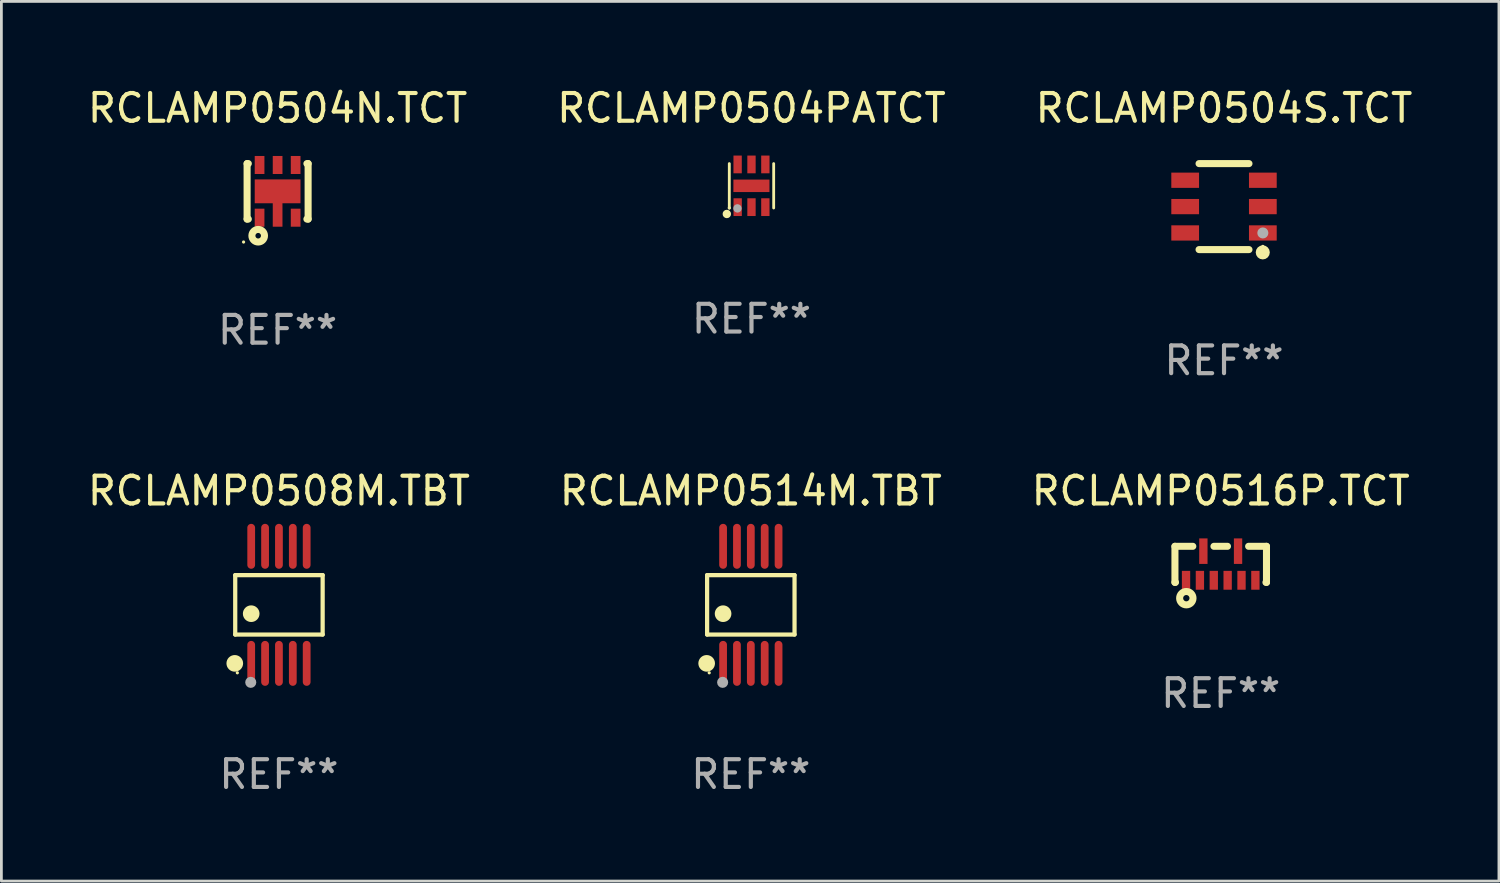
<source format=kicad_pcb>
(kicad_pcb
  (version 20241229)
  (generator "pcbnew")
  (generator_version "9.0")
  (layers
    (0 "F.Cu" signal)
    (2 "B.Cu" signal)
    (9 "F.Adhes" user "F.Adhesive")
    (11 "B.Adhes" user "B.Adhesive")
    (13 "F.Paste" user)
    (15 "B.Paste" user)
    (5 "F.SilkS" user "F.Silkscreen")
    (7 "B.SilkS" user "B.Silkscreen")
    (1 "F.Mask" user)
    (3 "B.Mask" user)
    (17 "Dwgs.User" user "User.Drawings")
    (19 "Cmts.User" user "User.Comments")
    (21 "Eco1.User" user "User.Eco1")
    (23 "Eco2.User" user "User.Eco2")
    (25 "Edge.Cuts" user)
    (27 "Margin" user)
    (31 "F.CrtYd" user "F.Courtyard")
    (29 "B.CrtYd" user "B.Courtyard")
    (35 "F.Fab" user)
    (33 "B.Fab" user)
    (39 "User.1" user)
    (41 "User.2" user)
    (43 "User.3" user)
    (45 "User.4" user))
  (footprint "RCLAMP0504S.TCT"
    (layer "F.Cu")
    (at 41.077 4.398)
    (property "Reference" "RCLAMP0504S.TCT" (at 0 -3.55 0) (layer "F.SilkS") (effects (font (size 1 1) (thickness 0.15))))
    (attr through_hole)
    (fp_line (start -0.9 -1.55) (end 0.9 -1.55) (stroke (width 0.254) (type solid)) (layer "F.SilkS"))
    (fp_line (start -0.9 1.55) (end 0.9 1.55) (stroke (width 0.254) (type solid)) (layer "F.SilkS"))
    (fp_circle (center 1.397 1.651) (end 1.524 1.651) (stroke (width 0.254) (type solid)) (fill no) (layer "F.SilkS"))
    (fp_circle (center 1.4 1.435) (end 1.43 1.435) (stroke (width 0.06) (type solid)) (fill no) (layer "F.SilkS"))
    (fp_circle (center 1.4 0.95) (end 1.5 0.95) (stroke (width 0.2) (type solid)) (fill no) (layer "F.Fab"))
    (fp_text user "REF**" (at 0 5.55 0) (layer "F.Fab") (effects (font (size 1 1) (thickness 0.15))))
    (pad "1" smd rect (at 1.4 0.95) (size 1 0.55) (layers "F.Cu" "F.Mask" "F.Paste"))
    (pad "2" smd rect (at 1.4 -0.000102) (size 1 0.55) (layers "F.Cu" "F.Mask" "F.Paste"))
    (pad "3" smd rect (at 1.4 -0.95) (size 1 0.55) (layers "F.Cu" "F.Mask" "F.Paste"))
    (pad "4" smd rect (at -1.4 -0.95) (size 1 0.55) (layers "F.Cu" "F.Mask" "F.Paste"))
    (pad "5" smd rect (at -1.4 -0.000102) (size 1 0.55) (layers "F.Cu" "F.Mask" "F.Paste"))
    (pad "6" smd rect (at -1.4 0.95) (size 1 0.55) (layers "F.Cu" "F.Mask" "F.Paste")))
  (footprint "RCLAMP0514M.TBT"
    (layer "F.Cu")
    (at 24.018 18.755)
    (property "Reference" "RCLAMP0514M.TBT" (at 0 -4.11 0) (layer "F.SilkS") (effects (font (size 1 1) (thickness 0.15))))
    (attr through_hole)
    (fp_line (start -1.576 -1.071) (end 1.576 -1.071) (stroke (width 0.152) (type solid)) (layer "F.SilkS"))
    (fp_line (start -1.576 1.071) (end -1.576 -1.071) (stroke (width 0.152) (type solid)) (layer "F.SilkS"))
    (fp_line (start 1.576 -1.071) (end 1.576 1.071) (stroke (width 0.152) (type solid)) (layer "F.SilkS"))
    (fp_line (start 1.576 1.071) (end -1.576 1.071) (stroke (width 0.152) (type solid)) (layer "F.SilkS"))
    (fp_circle (center -1.592 2.11) (end -1.442 2.11) (stroke (width 0.3) (type solid)) (fill no) (layer "F.SilkS"))
    (fp_circle (center -1.5 2.45) (end -1.47 2.45) (stroke (width 0.06) (type solid)) (fill no) (layer "F.SilkS"))
    (fp_circle (center -1 0.319) (end -0.85 0.319) (stroke (width 0.3) (type solid)) (fill no) (layer "F.SilkS"))
    (fp_circle (center -1.016 2.794) (end -0.916 2.794) (stroke (width 0.2) (type solid)) (fill no) (layer "F.Fab"))
    (fp_text user "REF**" (at 0 6.11 0) (layer "F.Fab") (effects (font (size 1 1) (thickness 0.15))))
    (pad "1" smd oval (at -1 2.11) (size 0.28 1.62) (layers "F.Cu" "F.Mask" "F.Paste"))
    (pad "2" smd oval (at -0.5 2.11) (size 0.28 1.62) (layers "F.Cu" "F.Mask" "F.Paste"))
    (pad "3" smd oval (at 0 2.11) (size 0.28 1.62) (layers "F.Cu" "F.Mask" "F.Paste"))
    (pad "4" smd oval (at 0.5 2.11) (size 0.28 1.62) (layers "F.Cu" "F.Mask" "F.Paste"))
    (pad "5" smd oval (at 1 2.11) (size 0.28 1.62) (layers "F.Cu" "F.Mask" "F.Paste"))
    (pad "6" smd oval (at 1 -2.11) (size 0.28 1.62) (layers "F.Cu" "F.Mask" "F.Paste"))
    (pad "7" smd oval (at 0.5 -2.11) (size 0.28 1.62) (layers "F.Cu" "F.Mask" "F.Paste"))
    (pad "8" smd oval (at 0 -2.11) (size 0.28 1.62) (layers "F.Cu" "F.Mask" "F.Paste"))
    (pad "9" smd oval (at -0.5 -2.11) (size 0.28 1.62) (layers "F.Cu" "F.Mask" "F.Paste"))
    (pad "10" smd oval (at -1 -2.11) (size 0.28 1.62) (layers "F.Cu" "F.Mask" "F.Paste")))
  (footprint "RCLAMP0504N.TCT"
    (layer "F.Cu")
    (at 6.958 3.848)
    (property "Reference" "RCLAMP0504N.TCT" (at 0 -3 0) (layer "F.SilkS") (effects (font (size 1 1) (thickness 0.15))))
    (attr through_hole)
    (fp_line (start -1.1 -1) (end -1.1 1) (stroke (width 0.254) (type solid)) (layer "F.SilkS"))
    (fp_line (start -1.1 -1) (end -1.056 -1) (stroke (width 0.254) (type solid)) (layer "F.SilkS"))
    (fp_line (start -1.1 1) (end -1.056 1) (stroke (width 0.254) (type solid)) (layer "F.SilkS"))
    (fp_line (start 1.056 -1) (end 1.1 -1) (stroke (width 0.254) (type solid)) (layer "F.SilkS"))
    (fp_line (start 1.056 1) (end 1.1 1) (stroke (width 0.254) (type solid)) (layer "F.SilkS"))
    (fp_line (start 1.1 -1) (end 1.1 1) (stroke (width 0.254) (type solid)) (layer "F.SilkS"))
    (fp_circle (center -1.227 1.827) (end -1.197 1.827) (stroke (width 0.06) (type solid)) (fill no) (layer "F.SilkS"))
    (fp_circle (center -0.7 1.6) (end -0.6 1.6) (stroke (width 0.254) (type solid)) (fill no) (layer "F.SilkS"))
    (fp_text user "REF**" (at 0 5 0) (layer "F.Fab") (effects (font (size 1 1) (thickness 0.15))))
    (pad "1" smd rect (at -0.65 0.95) (size 0.35 0.65) (layers "F.Cu" "F.Mask" "F.Paste"))
    (pad "2" smd rect (at -0.000013 0.000013 90) (size 0.86 1.65) (layers "F.Cu" "F.Mask" "F.Paste"))
    (pad "2" smd rect (at -0.000013 0.775) (size 0.35 1) (layers "F.Cu" "F.Mask" "F.Paste"))
    (pad "3" smd rect (at 0.65 0.95) (size 0.35 0.65) (layers "F.Cu" "F.Mask" "F.Paste"))
    (pad "4" smd rect (at 0.65 -0.95) (size 0.35 0.65) (layers "F.Cu" "F.Mask" "F.Paste"))
    (pad "5" smd rect (at -0.000013 -0.95) (size 0.35 0.65) (layers "F.Cu" "F.Mask" "F.Paste"))
    (pad "6" smd rect (at -0.65 -0.95) (size 0.35 0.65) (layers "F.Cu" "F.Mask" "F.Paste")))
  (footprint "RCLAMP0508M.TBT"
    (layer "F.Cu")
    (at 7.006 18.755)
    (property "Reference" "RCLAMP0508M.TBT" (at 0 -4.11 0) (layer "F.SilkS") (effects (font (size 1 1) (thickness 0.15))))
    (attr through_hole)
    (fp_line (start -1.576 -1.071) (end 1.576 -1.071) (stroke (width 0.152) (type solid)) (layer "F.SilkS"))
    (fp_line (start -1.576 1.071) (end -1.576 -1.071) (stroke (width 0.152) (type solid)) (layer "F.SilkS"))
    (fp_line (start 1.576 -1.071) (end 1.576 1.071) (stroke (width 0.152) (type solid)) (layer "F.SilkS"))
    (fp_line (start 1.576 1.071) (end -1.576 1.071) (stroke (width 0.152) (type solid)) (layer "F.SilkS"))
    (fp_circle (center -1.592 2.11) (end -1.442 2.11) (stroke (width 0.3) (type solid)) (fill no) (layer "F.SilkS"))
    (fp_circle (center -1.5 2.45) (end -1.47 2.45) (stroke (width 0.06) (type solid)) (fill no) (layer "F.SilkS"))
    (fp_circle (center -1 0.319) (end -0.85 0.319) (stroke (width 0.3) (type solid)) (fill no) (layer "F.SilkS"))
    (fp_circle (center -1.016 2.794) (end -0.916 2.794) (stroke (width 0.2) (type solid)) (fill no) (layer "F.Fab"))
    (fp_text user "REF**" (at 0 6.11 0) (layer "F.Fab") (effects (font (size 1 1) (thickness 0.15))))
    (pad "1" smd oval (at -1 2.11) (size 0.28 1.62) (layers "F.Cu" "F.Mask" "F.Paste"))
    (pad "2" smd oval (at -0.5 2.11) (size 0.28 1.62) (layers "F.Cu" "F.Mask" "F.Paste"))
    (pad "3" smd oval (at 0 2.11) (size 0.28 1.62) (layers "F.Cu" "F.Mask" "F.Paste"))
    (pad "4" smd oval (at 0.5 2.11) (size 0.28 1.62) (layers "F.Cu" "F.Mask" "F.Paste"))
    (pad "5" smd oval (at 1 2.11) (size 0.28 1.62) (layers "F.Cu" "F.Mask" "F.Paste"))
    (pad "6" smd oval (at 1 -2.11) (size 0.28 1.62) (layers "F.Cu" "F.Mask" "F.Paste"))
    (pad "7" smd oval (at 0.5 -2.11) (size 0.28 1.62) (layers "F.Cu" "F.Mask" "F.Paste"))
    (pad "8" smd oval (at 0 -2.11) (size 0.28 1.62) (layers "F.Cu" "F.Mask" "F.Paste"))
    (pad "9" smd oval (at -0.5 -2.11) (size 0.28 1.62) (layers "F.Cu" "F.Mask" "F.Paste"))
    (pad "10" smd oval (at -1 -2.11) (size 0.28 1.62) (layers "F.Cu" "F.Mask" "F.Paste")))
  (footprint "RCLAMP0516P.TCT"
    (layer "F.Cu")
    (at 40.958 17.295)
    (property "Reference" "RCLAMP0516P.TCT" (at 0 -2.65 0) (layer "F.SilkS") (effects (font (size 1 1) (thickness 0.15))))
    (attr through_hole)
    (fp_line (start -1.65 -0.65) (end -1.65 0.65) (stroke (width 0.254) (type solid)) (layer "F.SilkS"))
    (fp_line (start -1.65 -0.65) (end -1.006 -0.65) (stroke (width 0.254) (type solid)) (layer "F.SilkS"))
    (fp_line (start -1.65 0.65) (end -1.631 0.65) (stroke (width 0.254) (type solid)) (layer "F.SilkS"))
    (fp_line (start -0.244 -0.65) (end 0.244 -0.65) (stroke (width 0.254) (type solid)) (layer "F.SilkS"))
    (fp_line (start 1.006 -0.65) (end 1.65 -0.65) (stroke (width 0.254) (type solid)) (layer "F.SilkS"))
    (fp_line (start 1.631 0.65) (end 1.65 0.65) (stroke (width 0.254) (type solid)) (layer "F.SilkS"))
    (fp_line (start 1.65 -0.65) (end 1.65 0.65) (stroke (width 0.254) (type solid)) (layer "F.SilkS"))
    (fp_circle (center -1.24 1.22) (end -1.126 1.22) (stroke (width 0.254) (type solid)) (fill no) (layer "F.SilkS"))
    (fp_text user "REF**" (at 0 4.65 0) (layer "F.Fab") (effects (font (size 1 1) (thickness 0.15))))
    (pad "1" smd rect (at -1.25 0.575) (size 0.3 0.68) (layers "F.Cu" "F.Mask" "F.Paste"))
    (pad "2" smd rect (at -0.75 0.575) (size 0.3 0.68) (layers "F.Cu" "F.Mask" "F.Paste"))
    (pad "3" smd rect (at -0.25 0.575) (size 0.3 0.68) (layers "F.Cu" "F.Mask" "F.Paste"))
    (pad "4" smd rect (at 0.25 0.575) (size 0.3 0.68) (layers "F.Cu" "F.Mask" "F.Paste"))
    (pad "5" smd rect (at 0.75 0.575) (size 0.3 0.68) (layers "F.Cu" "F.Mask" "F.Paste"))
    (pad "6" smd rect (at 1.25 0.575) (size 0.3 0.68) (layers "F.Cu" "F.Mask" "F.Paste"))
    (pad "7" smd rect (at 0.625 -0.475) (size 0.3 0.92) (layers "F.Cu" "F.Mask" "F.Paste"))
    (pad "8" smd rect (at -0.625 -0.475) (size 0.3 0.92) (layers "F.Cu" "F.Mask" "F.Paste")))
  (footprint "RCLAMP0504PATCT"
    (layer "F.Cu")
    (at 24.042 3.648)
    (property "Reference" "RCLAMP0504PATCT" (at 0 -2.8 0) (layer "F.SilkS") (effects (font (size 1 1) (thickness 0.15))))
    (attr through_hole)
    (fp_line (start -0.8 0.8) (end -0.8 -0.8) (stroke (width 0.102) (type solid)) (layer "F.SilkS"))
    (fp_line (start 0.8 0.8) (end 0.8 -0.8) (stroke (width 0.102) (type solid)) (layer "F.SilkS"))
    (fp_circle (center -0.889 1.016) (end -0.813 1.016) (stroke (width 0.152) (type solid)) (fill no) (layer "F.SilkS"))
    (fp_circle (center -0.8 0.8) (end -0.77 0.8) (stroke (width 0.06) (type solid)) (fill no) (layer "F.SilkS"))
    (fp_circle (center -0.506 0.815) (end -0.43 0.815) (stroke (width 0.152) (type solid)) (fill no) (layer "F.Fab"))
    (fp_text user "REF**" (at 0 4.8 0) (layer "F.Fab") (effects (font (size 1 1) (thickness 0.15))))
    (pad "1" smd rect (at -0.498 0.77 180) (size 0.3 0.64) (layers "F.Cu" "F.Mask" "F.Paste"))
    (pad "2" smd rect (at -0.000025 0.77 180) (size 0.3 0.64) (layers "F.Cu" "F.Mask" "F.Paste"))
    (pad "3" smd rect (at 0.5 0.77 180) (size 0.3 0.64) (layers "F.Cu" "F.Mask" "F.Paste"))
    (pad "4" smd rect (at 0.5 -0.77 180) (size 0.3 0.64) (layers "F.Cu" "F.Mask" "F.Paste"))
    (pad "5" smd rect (at -0.000025 -0.77) (size 0.3 0.64) (layers "F.Cu" "F.Mask" "F.Paste"))
    (pad "6" smd rect (at -0.5 -0.77) (size 0.3 0.64) (layers "F.Cu" "F.Mask" "F.Paste"))
    (pad "7" smd rect (at -0.002 0.001 90) (size 0.45 1.3) (layers "F.Cu" "F.Mask" "F.Paste")))
  (gr_rect
    (start -3 -3)
    (end 50.988 28.713)
    (stroke (width 0.1) (type default))
    (fill no)
    (layer "Edge.Cuts")))
</source>
